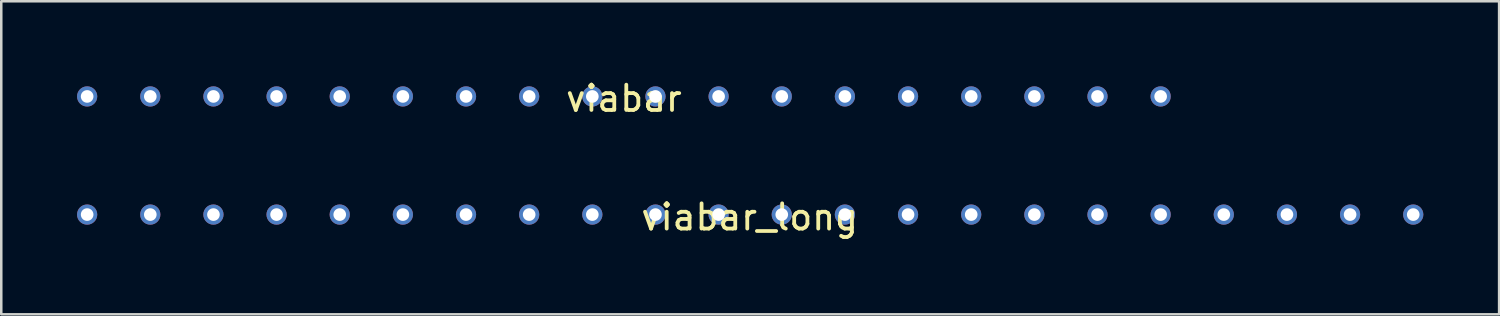
<source format=kicad_pcb>
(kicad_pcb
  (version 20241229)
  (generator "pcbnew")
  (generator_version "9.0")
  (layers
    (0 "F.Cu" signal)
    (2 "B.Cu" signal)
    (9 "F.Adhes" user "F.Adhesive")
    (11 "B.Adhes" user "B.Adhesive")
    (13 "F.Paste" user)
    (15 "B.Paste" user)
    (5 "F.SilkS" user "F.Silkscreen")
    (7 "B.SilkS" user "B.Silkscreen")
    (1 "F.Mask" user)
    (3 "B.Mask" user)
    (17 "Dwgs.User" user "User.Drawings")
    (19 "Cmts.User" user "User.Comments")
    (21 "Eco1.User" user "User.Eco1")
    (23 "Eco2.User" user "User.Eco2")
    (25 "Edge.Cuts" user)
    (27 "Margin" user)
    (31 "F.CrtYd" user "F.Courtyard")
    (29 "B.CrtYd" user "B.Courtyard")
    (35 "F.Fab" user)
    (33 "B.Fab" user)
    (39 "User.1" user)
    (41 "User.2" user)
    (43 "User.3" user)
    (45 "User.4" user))
  (footprint "viabar"
    (layer "F.Cu")
    (at 21.45 0.758)
    (property "Reference" "viabar" (at 0.2 0.09 0) (layer "F.SilkS") (effects (font (size 1 1) (thickness 0.15))))
    (attr through_hole)
    (pad "1" thru_hole circle (at -21.05 0.01) (size 0.8 0.8) (drill 0.5) (layers "*.Cu" "*.Mask"))
    (pad "1" thru_hole circle (at -18.55 0.01) (size 0.8 0.8) (drill 0.5) (layers "*.Cu" "*.Mask"))
    (pad "1" thru_hole circle (at -16.05 0.01) (size 0.8 0.8) (drill 0.5) (layers "*.Cu" "*.Mask"))
    (pad "1" thru_hole circle (at -13.55 0.01) (size 0.8 0.8) (drill 0.5) (layers "*.Cu" "*.Mask"))
    (pad "1" thru_hole circle (at -11.05 0.01) (size 0.8 0.8) (drill 0.5) (layers "*.Cu" "*.Mask"))
    (pad "1" thru_hole circle (at -8.55 0.01) (size 0.8 0.8) (drill 0.5) (layers "*.Cu" "*.Mask"))
    (pad "1" thru_hole circle (at -6.05 0.01) (size 0.8 0.8) (drill 0.5) (layers "*.Cu" "*.Mask"))
    (pad "1" thru_hole circle (at -3.55 0.01) (size 0.8 0.8) (drill 0.5) (layers "*.Cu" "*.Mask"))
    (pad "1" thru_hole circle (at -1.05 0.01) (size 0.8 0.8) (drill 0.5) (layers "*.Cu" "*.Mask"))
    (pad "1" thru_hole circle (at 1.45 0.01) (size 0.8 0.8) (drill 0.5) (layers "*.Cu" "*.Mask"))
    (pad "1" thru_hole circle (at 3.95 0.01) (size 0.8 0.8) (drill 0.5) (layers "*.Cu" "*.Mask"))
    (pad "1" thru_hole circle (at 6.45 0.01) (size 0.8 0.8) (drill 0.5) (layers "*.Cu" "*.Mask"))
    (pad "1" thru_hole circle (at 8.95 0.01) (size 0.8 0.8) (drill 0.5) (layers "*.Cu" "*.Mask"))
    (pad "1" thru_hole circle (at 11.45 0.01) (size 0.8 0.8) (drill 0.5) (layers "*.Cu" "*.Mask"))
    (pad "1" thru_hole circle (at 13.95 0.01) (size 0.8 0.8) (drill 0.5) (layers "*.Cu" "*.Mask"))
    (pad "1" thru_hole circle (at 16.45 0.01) (size 0.8 0.8) (drill 0.5) (layers "*.Cu" "*.Mask"))
    (pad "1" thru_hole circle (at 18.95 0.01) (size 0.8 0.8) (drill 0.5) (layers "*.Cu" "*.Mask"))
    (pad "1" thru_hole circle (at 21.45 0.01) (size 0.8 0.8) (drill 0.5) (layers "*.Cu" "*.Mask")))
  (footprint "viabar_long"
    (layer "F.Cu")
    (at 26.45 5.435)
    (property "Reference" "viabar_long" (at 0.18 0.11 0) (layer "F.SilkS") (effects (font (size 1 1) (thickness 0.15))))
    (attr through_hole)
    (pad "1" thru_hole circle (at -26.05 0.01) (size 0.8 0.8) (drill 0.5) (layers "*.Cu" "*.Mask"))
    (pad "1" thru_hole circle (at -23.55 0.01) (size 0.8 0.8) (drill 0.5) (layers "*.Cu" "*.Mask"))
    (pad "1" thru_hole circle (at -21.05 0.01) (size 0.8 0.8) (drill 0.5) (layers "*.Cu" "*.Mask"))
    (pad "1" thru_hole circle (at -18.55 0.01) (size 0.8 0.8) (drill 0.5) (layers "*.Cu" "*.Mask"))
    (pad "1" thru_hole circle (at -16.05 0.01) (size 0.8 0.8) (drill 0.5) (layers "*.Cu" "*.Mask"))
    (pad "1" thru_hole circle (at -13.55 0.01) (size 0.8 0.8) (drill 0.5) (layers "*.Cu" "*.Mask"))
    (pad "1" thru_hole circle (at -11.05 0.01) (size 0.8 0.8) (drill 0.5) (layers "*.Cu" "*.Mask"))
    (pad "1" thru_hole circle (at -8.55 0.01) (size 0.8 0.8) (drill 0.5) (layers "*.Cu" "*.Mask"))
    (pad "1" thru_hole circle (at -6.05 0.01) (size 0.8 0.8) (drill 0.5) (layers "*.Cu" "*.Mask"))
    (pad "1" thru_hole circle (at -3.55 0.01) (size 0.8 0.8) (drill 0.5) (layers "*.Cu" "*.Mask"))
    (pad "1" thru_hole circle (at -1.05 0.01) (size 0.8 0.8) (drill 0.5) (layers "*.Cu" "*.Mask"))
    (pad "1" thru_hole circle (at 1.45 0.01) (size 0.8 0.8) (drill 0.5) (layers "*.Cu" "*.Mask"))
    (pad "1" thru_hole circle (at 3.95 0.01) (size 0.8 0.8) (drill 0.5) (layers "*.Cu" "*.Mask"))
    (pad "1" thru_hole circle (at 6.45 0.01) (size 0.8 0.8) (drill 0.5) (layers "*.Cu" "*.Mask"))
    (pad "1" thru_hole circle (at 8.95 0.01) (size 0.8 0.8) (drill 0.5) (layers "*.Cu" "*.Mask"))
    (pad "1" thru_hole circle (at 11.45 0.01) (size 0.8 0.8) (drill 0.5) (layers "*.Cu" "*.Mask"))
    (pad "1" thru_hole circle (at 13.95 0.01) (size 0.8 0.8) (drill 0.5) (layers "*.Cu" "*.Mask"))
    (pad "1" thru_hole circle (at 16.45 0.01) (size 0.8 0.8) (drill 0.5) (layers "*.Cu" "*.Mask"))
    (pad "1" thru_hole circle (at 18.95 0.01) (size 0.8 0.8) (drill 0.5) (layers "*.Cu" "*.Mask"))
    (pad "1" thru_hole circle (at 21.45 0.01) (size 0.8 0.8) (drill 0.5) (layers "*.Cu" "*.Mask"))
    (pad "1" thru_hole circle (at 23.95 0.01) (size 0.8 0.8) (drill 0.5) (layers "*.Cu" "*.Mask"))
    (pad "1" thru_hole circle (at 26.45 0.01) (size 0.8 0.8) (drill 0.5) (layers "*.Cu" "*.Mask")))
  (gr_rect
    (start -3 -3)
    (end 56.3 9.393)
    (stroke (width 0.1) (type default))
    (fill no)
    (layer "Edge.Cuts")))
</source>
